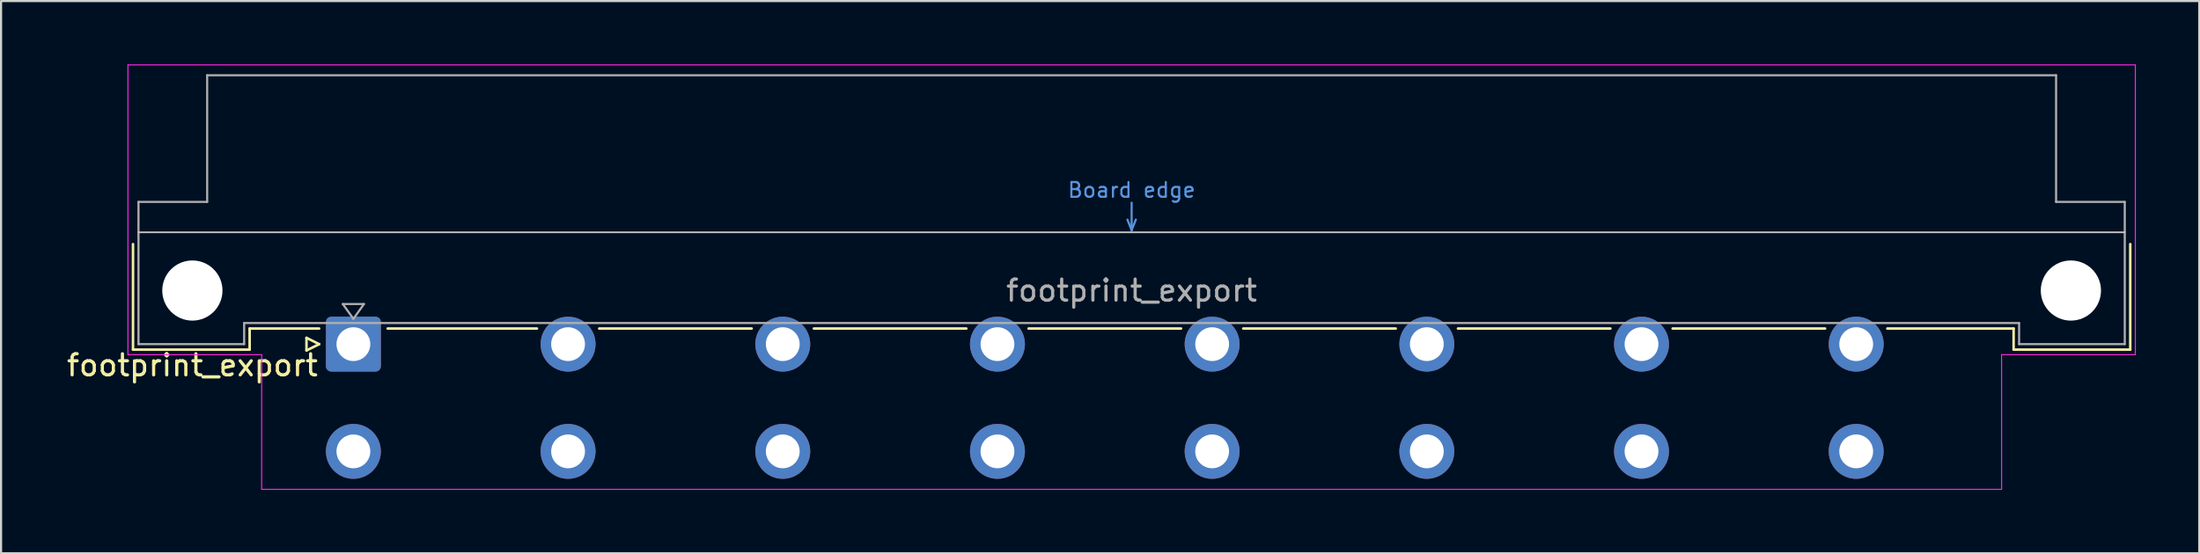
<source format=kicad_pcb>
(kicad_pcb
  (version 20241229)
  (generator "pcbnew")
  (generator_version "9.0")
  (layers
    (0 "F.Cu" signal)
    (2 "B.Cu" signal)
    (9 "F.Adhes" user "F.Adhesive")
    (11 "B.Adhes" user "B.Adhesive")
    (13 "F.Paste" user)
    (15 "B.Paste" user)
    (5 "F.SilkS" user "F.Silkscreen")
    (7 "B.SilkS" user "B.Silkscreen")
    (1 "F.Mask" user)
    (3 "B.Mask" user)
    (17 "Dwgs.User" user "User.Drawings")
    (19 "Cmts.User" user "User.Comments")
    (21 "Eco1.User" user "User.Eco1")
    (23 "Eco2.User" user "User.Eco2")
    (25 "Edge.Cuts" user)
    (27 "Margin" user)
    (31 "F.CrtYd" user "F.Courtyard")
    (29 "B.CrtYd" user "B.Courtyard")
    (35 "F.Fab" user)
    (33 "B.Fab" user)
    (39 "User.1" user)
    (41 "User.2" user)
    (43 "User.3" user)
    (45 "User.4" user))
  (footprint "footprint_export"
    (layer "F.Cu")
    (at 11.134 13.255)
    (property "Reference" "footprint_export" (at -5.08 1 0) (layer "F.SilkS") (effects (font (size 1 1) (thickness 0.15))))
    (attr through_hole)
    (fp_line (start -7.89 -4.74) (end -7.89 0.26) (stroke (width 0.12) (type solid)) (layer "F.SilkS"))
    (fp_line (start -7.89 0.26) (end -2.37 0.26) (stroke (width 0.12) (type solid)) (layer "F.SilkS"))
    (fp_line (start -2.371 -0.74) (end 0.92 -0.74) (stroke (width 0.12) (type solid)) (layer "F.SilkS"))
    (fp_line (start -2.37 0.26) (end -2.37 -0.74) (stroke (width 0.12) (type solid)) (layer "F.SilkS"))
    (fp_line (start 0.32 -0.3) (end 0.32 0.3) (stroke (width 0.12) (type solid)) (layer "F.SilkS"))
    (fp_line (start 0.32 0.3) (end 0.92 0) (stroke (width 0.12) (type solid)) (layer "F.SilkS"))
    (fp_line (start 0.92 0) (end 0.32 -0.3) (stroke (width 0.12) (type solid)) (layer "F.SilkS"))
    (fp_line (start 4.16 -0.74) (end 11.229 -0.74) (stroke (width 0.12) (type solid)) (layer "F.SilkS"))
    (fp_line (start 14.172 -0.74) (end 21.389 -0.74) (stroke (width 0.12) (type solid)) (layer "F.SilkS"))
    (fp_line (start 24.332 -0.74) (end 31.549 -0.74) (stroke (width 0.12) (type solid)) (layer "F.SilkS"))
    (fp_line (start 34.492 -0.74) (end 41.709 -0.74) (stroke (width 0.12) (type solid)) (layer "F.SilkS"))
    (fp_line (start 44.652 -0.74) (end 51.869 -0.74) (stroke (width 0.12) (type solid)) (layer "F.SilkS"))
    (fp_line (start 54.812 -0.74) (end 62.029 -0.74) (stroke (width 0.12) (type solid)) (layer "F.SilkS"))
    (fp_line (start 64.972 -0.74) (end 72.189 -0.74) (stroke (width 0.12) (type solid)) (layer "F.SilkS"))
    (fp_line (start 75.132 -0.74) (end 81.11 -0.74) (stroke (width 0.12) (type solid)) (layer "F.SilkS"))
    (fp_line (start 81.11 0.26) (end 81.11 -0.74) (stroke (width 0.12) (type solid)) (layer "F.SilkS"))
    (fp_line (start 86.63 -4.74) (end 86.63 0.26) (stroke (width 0.12) (type solid)) (layer "F.SilkS"))
    (fp_line (start 86.63 0.26) (end 81.11 0.26) (stroke (width 0.12) (type solid)) (layer "F.SilkS"))
    (fp_line (start -7.63 -5.3) (end 86.37 -5.3) (stroke (width 0.08) (type solid)) (layer "Dwgs.User"))
    (fp_line (start 39.17 -5.9) (end 39.37 -5.4) (stroke (width 0.1) (type solid)) (layer "Cmts.User"))
    (fp_line (start 39.37 -5.4) (end 39.37 -6.7) (stroke (width 0.1) (type solid)) (layer "Cmts.User"))
    (fp_line (start 39.37 -5.4) (end 39.57 -5.9) (stroke (width 0.1) (type solid)) (layer "Cmts.User"))
    (fp_line (start -8.13 -13.23) (end -8.13 0.5) (stroke (width 0.05) (type solid)) (layer "F.CrtYd"))
    (fp_line (start -8.13 0.5) (end -1.8 0.5) (stroke (width 0.05) (type solid)) (layer "F.CrtYd"))
    (fp_line (start -1.8 0.5) (end -1.8 6.88) (stroke (width 0.05) (type solid)) (layer "F.CrtYd"))
    (fp_line (start -1.8 6.88) (end 80.54 6.88) (stroke (width 0.05) (type solid)) (layer "F.CrtYd"))
    (fp_line (start 80.54 0.5) (end 86.87 0.5) (stroke (width 0.05) (type solid)) (layer "F.CrtYd"))
    (fp_line (start 80.54 6.88) (end 80.54 0.5) (stroke (width 0.05) (type solid)) (layer "F.CrtYd"))
    (fp_line (start 86.87 -13.23) (end -8.13 -13.23) (stroke (width 0.05) (type solid)) (layer "F.CrtYd"))
    (fp_line (start 86.87 0.5) (end 86.87 -13.23) (stroke (width 0.05) (type solid)) (layer "F.CrtYd"))
    (fp_line (start -7.63 -6.74) (end -7.63 0) (stroke (width 0.1) (type solid)) (layer "F.Fab"))
    (fp_line (start -7.63 0) (end -2.63 0) (stroke (width 0.1) (type solid)) (layer "F.Fab"))
    (fp_line (start -4.38 -12.74) (end -4.38 -6.74) (stroke (width 0.1) (type solid)) (layer "F.Fab"))
    (fp_line (start -4.38 -6.74) (end -7.63 -6.74) (stroke (width 0.1) (type solid)) (layer "F.Fab"))
    (fp_line (start -2.63 -1) (end 81.37 -1) (stroke (width 0.1) (type solid)) (layer "F.Fab"))
    (fp_line (start -2.63 0) (end -2.63 -1) (stroke (width 0.1) (type solid)) (layer "F.Fab"))
    (fp_line (start 2.04 -1.9) (end 3.04 -1.9) (stroke (width 0.1) (type solid)) (layer "F.Fab"))
    (fp_line (start 2.54 -1.2) (end 2.04 -1.9) (stroke (width 0.1) (type solid)) (layer "F.Fab"))
    (fp_line (start 3.04 -1.9) (end 2.54 -1.2) (stroke (width 0.1) (type solid)) (layer "F.Fab"))
    (fp_line (start 81.37 -1) (end 81.37 0) (stroke (width 0.1) (type solid)) (layer "F.Fab"))
    (fp_line (start 81.37 0) (end 86.37 0) (stroke (width 0.1) (type solid)) (layer "F.Fab"))
    (fp_line (start 83.12 -12.74) (end -4.38 -12.74) (stroke (width 0.1) (type solid)) (layer "F.Fab"))
    (fp_line (start 83.12 -6.74) (end 83.12 -12.74) (stroke (width 0.1) (type solid)) (layer "F.Fab"))
    (fp_line (start 86.37 -6.74) (end 83.12 -6.74) (stroke (width 0.1) (type solid)) (layer "F.Fab"))
    (fp_line (start 86.37 0) (end 86.37 -6.74) (stroke (width 0.1) (type solid)) (layer "F.Fab"))
    (fp_text user "Board edge" (at 39.37 -7.3 0) (layer "Cmts.User") (effects (font (size 0.7 0.7) (thickness 0.1))))
    (fp_text user "${REFERENCE}" (at 39.37 -2.54 0) (layer "F.Fab") (effects (font (size 1 1) (thickness 0.15))))
    (pad "" np_thru_hole circle (at -5.08 -2.54) (size 2.85 2.85) (drill 2.85) (layers "*.Cu" "*.Mask"))
    (pad "" np_thru_hole circle (at 83.82 -2.54) (size 2.85 2.85) (drill 2.85) (layers "*.Cu" "*.Mask"))
    (pad "a2" thru_hole roundrect (at 2.54 0) (size 2.6 2.6) (drill 1.6) (layers "*.Cu" "*.Mask") (roundrect_rratio 0.096))
    (pad "a6" thru_hole circle (at 12.7 0) (size 2.6 2.6) (drill 1.6) (layers "*.Cu" "*.Mask"))
    (pad "a10" thru_hole circle (at 22.86 0) (size 2.6 2.6) (drill 1.6) (layers "*.Cu" "*.Mask"))
    (pad "a14" thru_hole circle (at 33.02 0) (size 2.6 2.6) (drill 1.6) (layers "*.Cu" "*.Mask"))
    (pad "a18" thru_hole circle (at 43.18 0) (size 2.6 2.6) (drill 1.6) (layers "*.Cu" "*.Mask"))
    (pad "a22" thru_hole circle (at 53.34 0) (size 2.6 2.6) (drill 1.6) (layers "*.Cu" "*.Mask"))
    (pad "a26" thru_hole circle (at 63.5 0) (size 2.6 2.6) (drill 1.6) (layers "*.Cu" "*.Mask"))
    (pad "a30" thru_hole circle (at 73.66 0) (size 2.6 2.6) (drill 1.6) (layers "*.Cu" "*.Mask"))
    (pad "c2" thru_hole circle (at 2.54 5.08) (size 2.6 2.6) (drill 1.6) (layers "*.Cu" "*.Mask"))
    (pad "c6" thru_hole circle (at 12.7 5.08) (size 2.6 2.6) (drill 1.6) (layers "*.Cu" "*.Mask"))
    (pad "c10" thru_hole circle (at 22.86 5.08) (size 2.6 2.6) (drill 1.6) (layers "*.Cu" "*.Mask"))
    (pad "c14" thru_hole circle (at 33.02 5.08) (size 2.6 2.6) (drill 1.6) (layers "*.Cu" "*.Mask"))
    (pad "c18" thru_hole circle (at 43.18 5.08) (size 2.6 2.6) (drill 1.6) (layers "*.Cu" "*.Mask"))
    (pad "c22" thru_hole circle (at 53.34 5.08) (size 2.6 2.6) (drill 1.6) (layers "*.Cu" "*.Mask"))
    (pad "c26" thru_hole circle (at 63.5 5.08) (size 2.6 2.6) (drill 1.6) (layers "*.Cu" "*.Mask"))
    (pad "c30" thru_hole circle (at 73.66 5.08) (size 2.6 2.6) (drill 1.6) (layers "*.Cu" "*.Mask")))
  (gr_rect
    (start -3 -3)
    (end 101.029 23.16)
    (stroke (width 0.1) (type default))
    (fill no)
    (layer "Edge.Cuts")))
</source>
